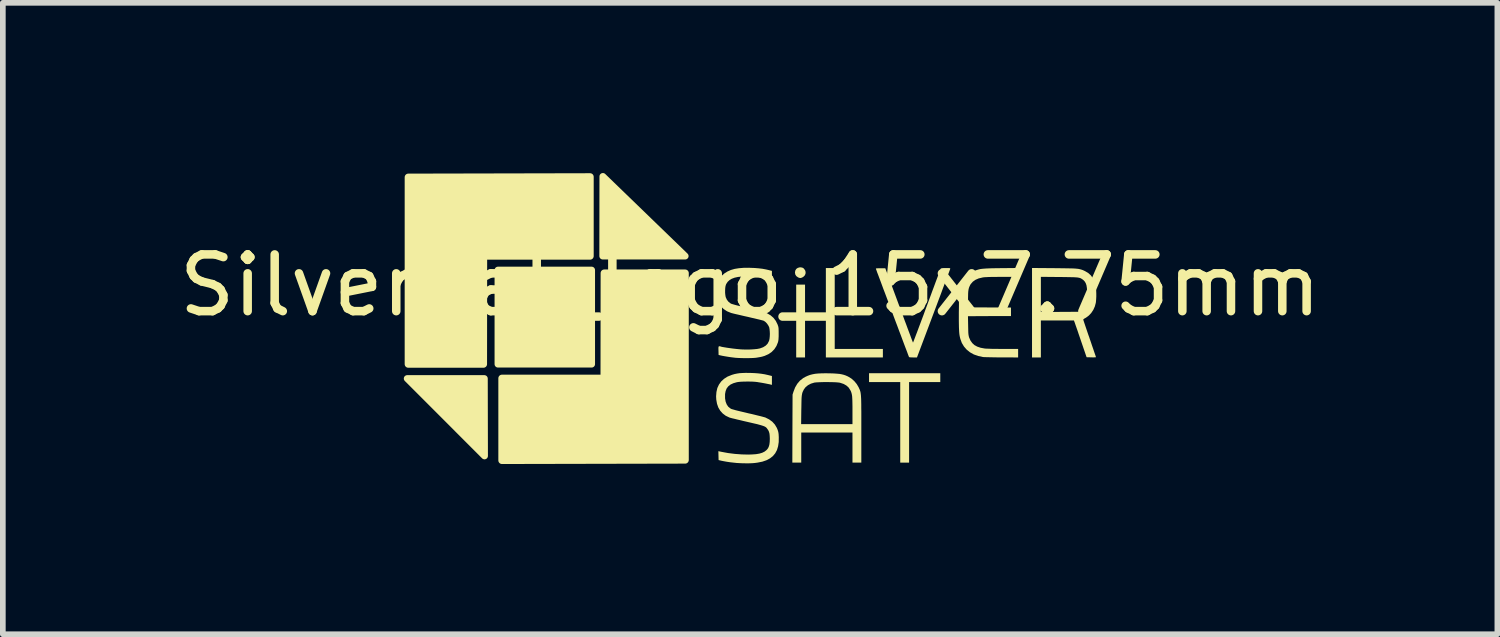
<source format=kicad_pcb>
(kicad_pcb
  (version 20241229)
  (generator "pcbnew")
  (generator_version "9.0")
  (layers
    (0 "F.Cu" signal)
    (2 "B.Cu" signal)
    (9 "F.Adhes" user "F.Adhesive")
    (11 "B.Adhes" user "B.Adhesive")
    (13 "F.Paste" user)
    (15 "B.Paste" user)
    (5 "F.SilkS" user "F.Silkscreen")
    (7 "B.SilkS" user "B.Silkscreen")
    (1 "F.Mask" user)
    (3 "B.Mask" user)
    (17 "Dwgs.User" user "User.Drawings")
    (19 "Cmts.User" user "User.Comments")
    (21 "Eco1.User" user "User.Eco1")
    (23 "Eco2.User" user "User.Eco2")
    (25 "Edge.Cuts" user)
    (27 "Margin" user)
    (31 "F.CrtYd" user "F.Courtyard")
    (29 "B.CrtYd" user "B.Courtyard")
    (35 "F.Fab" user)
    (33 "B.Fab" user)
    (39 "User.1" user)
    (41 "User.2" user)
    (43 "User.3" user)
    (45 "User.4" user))
  (footprint "SilverSat_logo_15x7.75mm"
    (layer "F.Cu")
    (at 10.173 2.48)
    (property "Reference" "SilverSat_logo_15x7.75mm" (at 0 -0.5 0) (unlocked yes) (layer "F.SilkS") (effects (font (size 1 1) (thickness 0.15))))
    (fp_rect (start -4.445 -0.769) (end -2.794 0.889) (stroke (width 0.12) (type solid)) (fill yes) (layer "F.SilkS"))
    (fp_poly (pts (xy -4.682 2.507) (xy -6.045 1.143) (xy -4.685 1.143)) (stroke (width 0.12) (type solid)) (fill yes) (layer "F.SilkS"))
    (fp_poly (pts (xy -2.596 -2.42) (xy -1.145 -1.016) (xy -2.598 -1.016)) (stroke (width 0.12) (type solid)) (fill yes) (layer "F.SilkS"))
    (fp_poly (pts (xy 0.968 0.771) (xy 0.812 0.771) (xy 0.812 -0.513) (xy 0.968 -0.513)) (stroke (width 0) (type solid)) (fill yes) (layer "F.SilkS"))
    (fp_poly (pts (xy -4.375 1.138) (xy -2.574 1.138) (xy -2.572 -0.716) (xy -1.145 -0.716) (xy -1.145 2.579) (xy -4.375 2.586)) (stroke (width 0.127) (type solid)) (fill yes) (layer "F.SilkS"))
    (fp_poly (pts (xy -2.821 -1.016) (xy -4.699 -1.016) (xy -4.701 0.889) (xy -6.026 0.889) (xy -6.026 -2.406) (xy -2.821 -2.413)) (stroke (width 0.127) (type solid)) (fill yes) (layer "F.SilkS"))
    (fp_poly (pts (xy 1.491 0.621) (xy 2.34 0.621) (xy 2.34 0.771) (xy 1.335 0.771) (xy 1.335 -0.805) (xy 1.491 -0.805)) (stroke (width 0) (type solid)) (fill yes) (layer "F.SilkS"))
    (fp_poly (pts (xy 3.352 1.205) (xy 2.802 1.205) (xy 2.802 2.625) (xy 2.646 2.625) (xy 2.646 1.205) (xy 2.096 1.205) (xy 2.096 1.049) (xy 3.352 1.049)) (stroke (width 0) (type solid)) (fill yes) (layer "F.SilkS"))
    (fp_poly (pts (xy 0.892 -0.817) (xy 0.918 -0.813) (xy 0.937 -0.804) (xy 0.948 -0.794) (xy 0.969 -0.766) (xy 0.978 -0.735) (xy 0.976 -0.704) (xy 0.963 -0.675) (xy 0.939 -0.651) (xy 0.917 -0.638) (xy 0.894 -0.63) (xy 0.875 -0.63) (xy 0.853 -0.637) (xy 0.843 -0.642) (xy 0.814 -0.663) (xy 0.796 -0.692) (xy 0.79 -0.727) (xy 0.79 -0.728) (xy 0.797 -0.763) (xy 0.814 -0.79) (xy 0.84 -0.808) (xy 0.873 -0.817)) (stroke (width 0) (type solid)) (fill yes) (layer "F.SilkS"))
    (fp_poly (pts (xy 1.407 1.051) (xy 1.473 1.053) (xy 1.528 1.057) (xy 1.575 1.061) (xy 1.614 1.068) (xy 1.65 1.077) (xy 1.683 1.088) (xy 1.717 1.103) (xy 1.729 1.109) (xy 1.785 1.143) (xy 1.836 1.188) (xy 1.879 1.24) (xy 1.911 1.294) (xy 1.919 1.311) (xy 1.926 1.327) (xy 1.933 1.341) (xy 1.938 1.357) (xy 1.943 1.373) (xy 1.947 1.391) (xy 1.95 1.413) (xy 1.953 1.438) (xy 1.955 1.469) (xy 1.957 1.505) (xy 1.958 1.548) (xy 1.959 1.598) (xy 1.959 1.657) (xy 1.96 1.726) (xy 1.96 1.805) (xy 1.96 1.896) (xy 1.96 1.999) (xy 1.96 2.037) (xy 1.96 2.625) (xy 1.804 2.625) (xy 1.804 2.095) (xy 0.901 2.095) (xy 0.901 2.625) (xy 0.744 2.625) (xy 0.746 1.946) (xy 0.899 1.946) (xy 1.804 1.946) (xy 1.804 1.706) (xy 1.804 1.635) (xy 1.803 1.576) (xy 1.802 1.527) (xy 1.8 1.487) (xy 1.798 1.455) (xy 1.794 1.428) (xy 1.789 1.406) (xy 1.783 1.386) (xy 1.776 1.367) (xy 1.766 1.348) (xy 1.737 1.302) (xy 1.697 1.266) (xy 1.648 1.238) (xy 1.588 1.218) (xy 1.575 1.215) (xy 1.55 1.212) (xy 1.515 1.209) (xy 1.47 1.207) (xy 1.42 1.206) (xy 1.367 1.205) (xy 1.313 1.205) (xy 1.261 1.206) (xy 1.213 1.208) (xy 1.173 1.21) (xy 1.142 1.213) (xy 1.13 1.215) (xy 1.071 1.233) (xy 1.02 1.26) (xy 0.978 1.294) (xy 0.947 1.335) (xy 0.942 1.346) (xy 0.933 1.364) (xy 0.925 1.381) (xy 0.919 1.399) (xy 0.915 1.418) (xy 0.911 1.441) (xy 0.908 1.469) (xy 0.906 1.503) (xy 0.905 1.546) (xy 0.904 1.598) (xy 0.903 1.662) (xy 0.902 1.696) (xy 0.899 1.946) (xy 0.746 1.946) (xy 0.748 1.426) (xy 0.764 1.375) (xy 0.793 1.3) (xy 0.831 1.235) (xy 0.878 1.18) (xy 0.935 1.135) (xy 0.976 1.112) (xy 1.016 1.094) (xy 1.056 1.079) (xy 1.099 1.068) (xy 1.146 1.059) (xy 1.199 1.054) (xy 1.26 1.051) (xy 1.332 1.05)) (stroke (width 0) (type solid)) (fill yes) (layer "F.SilkS"))
    (fp_poly (pts (xy 3.483 -0.805) (xy 3.506 -0.804) (xy 3.52 -0.803) (xy 3.526 -0.8) (xy 3.528 -0.796) (xy 3.526 -0.79) (xy 3.524 -0.781) (xy 3.516 -0.761) (xy 3.505 -0.73) (xy 3.489 -0.688) (xy 3.47 -0.637) (xy 3.448 -0.577) (xy 3.422 -0.51) (xy 3.394 -0.435) (xy 3.364 -0.353) (xy 3.331 -0.266) (xy 3.297 -0.175) (xy 3.261 -0.079) (xy 3.232 -0.002) (xy 2.941 0.771) (xy 2.873 0.771) (xy 2.841 0.77) (xy 2.82 0.769) (xy 2.808 0.767) (xy 2.801 0.763) (xy 2.799 0.759) (xy 2.793 0.744) (xy 2.783 0.718) (xy 2.77 0.682) (xy 2.753 0.637) (xy 2.732 0.583) (xy 2.709 0.522) (xy 2.684 0.455) (xy 2.657 0.382) (xy 2.627 0.304) (xy 2.597 0.223) (xy 2.565 0.139) (xy 2.533 0.054) (xy 2.501 -0.032) (xy 2.469 -0.118) (xy 2.437 -0.203) (xy 2.406 -0.286) (xy 2.376 -0.366) (xy 2.347 -0.441) (xy 2.321 -0.512) (xy 2.297 -0.577) (xy 2.275 -0.635) (xy 2.256 -0.686) (xy 2.24 -0.727) (xy 2.229 -0.759) (xy 2.221 -0.781) (xy 2.217 -0.791) (xy 2.217 -0.791) (xy 2.218 -0.796) (xy 2.224 -0.799) (xy 2.238 -0.8) (xy 2.261 -0.801) (xy 2.295 -0.801) (xy 2.299 -0.801) (xy 2.383 -0.801) (xy 2.625 -0.148) (xy 2.658 -0.058) (xy 2.691 0.028) (xy 2.721 0.111) (xy 2.75 0.187) (xy 2.776 0.258) (xy 2.8 0.322) (xy 2.821 0.377) (xy 2.838 0.424) (xy 2.852 0.462) (xy 2.863 0.489) (xy 2.869 0.505) (xy 2.871 0.509) (xy 2.874 0.503) (xy 2.881 0.486) (xy 2.892 0.457) (xy 2.907 0.418) (xy 2.925 0.37) (xy 2.947 0.313) (xy 2.971 0.248) (xy 2.998 0.177) (xy 3.027 0.099) (xy 3.058 0.017) (xy 3.09 -0.071) (xy 3.115 -0.138) (xy 3.148 -0.228) (xy 3.18 -0.314) (xy 3.21 -0.396) (xy 3.239 -0.473) (xy 3.265 -0.544) (xy 3.289 -0.608) (xy 3.31 -0.664) (xy 3.328 -0.711) (xy 3.342 -0.749) (xy 3.353 -0.776) (xy 3.359 -0.792) (xy 3.361 -0.796) (xy 3.37 -0.8) (xy 3.389 -0.803) (xy 3.42 -0.805) (xy 3.449 -0.805)) (stroke (width 0) (type solid)) (fill yes) (layer "F.SilkS"))
    (fp_poly (pts (xy 5.357 -0.803) (xy 5.446 -0.802) (xy 5.523 -0.801) (xy 5.588 -0.8) (xy 5.643 -0.799) (xy 5.689 -0.798) (xy 5.728 -0.796) (xy 5.761 -0.793) (xy 5.788 -0.79) (xy 5.811 -0.785) (xy 5.831 -0.78) (xy 5.85 -0.774) (xy 5.869 -0.767) (xy 5.888 -0.758) (xy 5.903 -0.751) (xy 5.959 -0.718) (xy 6.005 -0.677) (xy 6.042 -0.626) (xy 6.07 -0.566) (xy 6.089 -0.496) (xy 6.096 -0.456) (xy 6.1 -0.409) (xy 6.102 -0.356) (xy 6.102 -0.3) (xy 6.099 -0.247) (xy 6.095 -0.202) (xy 6.093 -0.19) (xy 6.076 -0.127) (xy 6.049 -0.067) (xy 6.013 -0.013) (xy 5.971 0.032) (xy 5.923 0.068) (xy 5.911 0.075) (xy 5.891 0.086) (xy 5.877 0.097) (xy 5.872 0.103) (xy 5.874 0.111) (xy 5.88 0.13) (xy 5.89 0.16) (xy 5.903 0.199) (xy 5.919 0.246) (xy 5.937 0.299) (xy 5.957 0.358) (xy 5.979 0.42) (xy 5.984 0.436) (xy 6.006 0.499) (xy 6.026 0.559) (xy 6.045 0.613) (xy 6.061 0.661) (xy 6.075 0.702) (xy 6.086 0.733) (xy 6.093 0.755) (xy 6.096 0.765) (xy 6.096 0.766) (xy 6.09 0.768) (xy 6.072 0.769) (xy 6.047 0.77) (xy 6.015 0.769) (xy 6.014 0.769) (xy 5.931 0.767) (xy 5.83 0.472) (xy 5.809 0.41) (xy 5.789 0.352) (xy 5.771 0.298) (xy 5.754 0.25) (xy 5.74 0.21) (xy 5.729 0.178) (xy 5.722 0.156) (xy 5.718 0.148) (xy 5.708 0.119) (xy 5.125 0.119) (xy 5.125 0.771) (xy 4.969 0.771) (xy 4.969 -0.65) (xy 5.125 -0.65) (xy 5.125 -0.03) (xy 5.459 -0.032) (xy 5.794 -0.034) (xy 5.829 -0.052) (xy 5.87 -0.082) (xy 5.903 -0.12) (xy 5.926 -0.169) (xy 5.928 -0.177) (xy 5.934 -0.197) (xy 5.938 -0.216) (xy 5.941 -0.237) (xy 5.942 -0.264) (xy 5.942 -0.299) (xy 5.942 -0.336) (xy 5.941 -0.402) (xy 5.936 -0.456) (xy 5.929 -0.5) (xy 5.917 -0.535) (xy 5.901 -0.564) (xy 5.881 -0.587) (xy 5.863 -0.602) (xy 5.85 -0.611) (xy 5.837 -0.619) (xy 5.824 -0.626) (xy 5.809 -0.631) (xy 5.791 -0.635) (xy 5.769 -0.639) (xy 5.741 -0.641) (xy 5.707 -0.643) (xy 5.664 -0.644) (xy 5.612 -0.645) (xy 5.549 -0.646) (xy 5.474 -0.647) (xy 5.446 -0.647) (xy 5.125 -0.65) (xy 4.969 -0.65) (xy 4.969 -0.806)) (stroke (width 0) (type solid)) (fill yes) (layer "F.SilkS"))
    (fp_poly (pts (xy 4.724 -0.649) (xy 4.44 -0.649) (xy 4.364 -0.649) (xy 4.301 -0.648) (xy 4.248 -0.648) (xy 4.205 -0.647) (xy 4.17 -0.645) (xy 4.142 -0.644) (xy 4.119 -0.642) (xy 4.099 -0.639) (xy 4.095 -0.638) (xy 4.028 -0.622) (xy 3.971 -0.597) (xy 3.925 -0.564) (xy 3.89 -0.524) (xy 3.88 -0.508) (xy 3.868 -0.483) (xy 3.858 -0.459) (xy 3.851 -0.432) (xy 3.846 -0.401) (xy 3.843 -0.364) (xy 3.842 -0.318) (xy 3.841 -0.26) (xy 3.841 -0.253) (xy 3.841 -0.112) (xy 4.598 -0.109) (xy 4.598 0.041) (xy 4.219 0.042) (xy 3.84 0.044) (xy 3.843 0.209) (xy 3.844 0.262) (xy 3.845 0.303) (xy 3.846 0.335) (xy 3.848 0.36) (xy 3.851 0.38) (xy 3.854 0.396) (xy 3.858 0.412) (xy 3.86 0.419) (xy 3.884 0.473) (xy 3.915 0.517) (xy 3.954 0.553) (xy 4.003 0.58) (xy 4.062 0.6) (xy 4.132 0.613) (xy 4.15 0.615) (xy 4.173 0.616) (xy 4.207 0.617) (xy 4.251 0.619) (xy 4.302 0.62) (xy 4.358 0.62) (xy 4.418 0.621) (xy 4.471 0.621) (xy 4.724 0.621) (xy 4.724 0.771) (xy 4.434 0.77) (xy 4.371 0.77) (xy 4.31 0.769) (xy 4.254 0.768) (xy 4.205 0.767) (xy 4.163 0.766) (xy 4.13 0.765) (xy 4.109 0.764) (xy 4.103 0.763) (xy 4.019 0.745) (xy 3.943 0.718) (xy 3.875 0.68) (xy 3.818 0.634) (xy 3.77 0.579) (xy 3.732 0.516) (xy 3.706 0.445) (xy 3.703 0.434) (xy 3.697 0.41) (xy 3.692 0.384) (xy 3.688 0.356) (xy 3.685 0.323) (xy 3.683 0.286) (xy 3.681 0.242) (xy 3.68 0.19) (xy 3.679 0.129) (xy 3.679 0.058) (xy 3.679 -0.025) (xy 3.68 -0.079) (xy 3.681 -0.156) (xy 3.681 -0.22) (xy 3.682 -0.273) (xy 3.683 -0.317) (xy 3.683 -0.352) (xy 3.685 -0.381) (xy 3.686 -0.403) (xy 3.688 -0.421) (xy 3.69 -0.436) (xy 3.692 -0.449) (xy 3.696 -0.461) (xy 3.697 -0.466) (xy 3.724 -0.541) (xy 3.76 -0.606) (xy 3.807 -0.662) (xy 3.863 -0.708) (xy 3.929 -0.745) (xy 3.957 -0.757) (xy 3.982 -0.766) (xy 4.007 -0.774) (xy 4.031 -0.781) (xy 4.058 -0.787) (xy 4.087 -0.791) (xy 4.121 -0.794) (xy 4.162 -0.797) (xy 4.209 -0.799) (xy 4.266 -0.801) (xy 4.333 -0.802) (xy 4.412 -0.803) (xy 4.427 -0.803) (xy 4.724 -0.806)) (stroke (width 0) (type solid)) (fill yes) (layer "F.SilkS"))
    (fp_poly (pts (xy -0.008 1.044) (xy 0.005 1.044) (xy 0.079 1.047) (xy 0.144 1.052) (xy 0.202 1.059) (xy 0.258 1.068) (xy 0.315 1.081) (xy 0.328 1.084) (xy 0.384 1.098) (xy 0.384 1.254) (xy 0.366 1.25) (xy 0.343 1.244) (xy 0.311 1.238) (xy 0.272 1.23) (xy 0.23 1.222) (xy 0.189 1.215) (xy 0.151 1.209) (xy 0.123 1.204) (xy 0.084 1.2) (xy 0.038 1.197) (xy -0.013 1.196) (xy -0.066 1.196) (xy -0.118 1.197) (xy -0.165 1.199) (xy -0.205 1.203) (xy -0.232 1.207) (xy -0.295 1.225) (xy -0.346 1.249) (xy -0.385 1.28) (xy -0.414 1.318) (xy -0.432 1.363) (xy -0.442 1.417) (xy -0.442 1.426) (xy -0.442 1.492) (xy -0.432 1.55) (xy -0.413 1.599) (xy -0.386 1.639) (xy -0.349 1.669) (xy -0.329 1.68) (xy -0.315 1.684) (xy -0.29 1.691) (xy -0.256 1.701) (xy -0.212 1.712) (xy -0.162 1.724) (xy -0.107 1.737) (xy -0.048 1.751) (xy -0.033 1.755) (xy 0.027 1.768) (xy 0.084 1.782) (xy 0.136 1.795) (xy 0.182 1.806) (xy 0.22 1.816) (xy 0.249 1.824) (xy 0.267 1.829) (xy 0.269 1.83) (xy 0.335 1.863) (xy 0.391 1.904) (xy 0.436 1.954) (xy 0.471 2.013) (xy 0.484 2.045) (xy 0.492 2.069) (xy 0.498 2.094) (xy 0.502 2.123) (xy 0.504 2.159) (xy 0.505 2.177) (xy 0.504 2.262) (xy 0.493 2.337) (xy 0.473 2.403) (xy 0.442 2.461) (xy 0.401 2.51) (xy 0.35 2.55) (xy 0.288 2.583) (xy 0.215 2.608) (xy 0.13 2.625) (xy 0.084 2.631) (xy 0.038 2.635) (xy -0.018 2.637) (xy -0.079 2.637) (xy -0.142 2.636) (xy -0.202 2.633) (xy -0.237 2.631) (xy -0.294 2.625) (xy -0.355 2.618) (xy -0.415 2.609) (xy -0.47 2.599) (xy -0.505 2.592) (xy -0.556 2.58) (xy -0.558 2.502) (xy -0.56 2.423) (xy -0.504 2.435) (xy -0.39 2.456) (xy -0.271 2.471) (xy -0.15 2.48) (xy -0.034 2.483) (xy 0.031 2.481) (xy 0.103 2.476) (xy 0.163 2.466) (xy 0.213 2.451) (xy 0.254 2.431) (xy 0.286 2.406) (xy 0.299 2.393) (xy 0.318 2.367) (xy 0.331 2.337) (xy 0.34 2.303) (xy 0.345 2.26) (xy 0.347 2.206) (xy 0.347 2.204) (xy 0.345 2.154) (xy 0.341 2.114) (xy 0.332 2.081) (xy 0.319 2.053) (xy 0.3 2.026) (xy 0.291 2.014) (xy 0.281 2.004) (xy 0.268 1.995) (xy 0.251 1.986) (xy 0.23 1.978) (xy 0.203 1.969) (xy 0.168 1.959) (xy 0.125 1.947) (xy 0.072 1.935) (xy 0.008 1.92) (xy -0.057 1.905) (xy -0.118 1.891) (xy -0.175 1.877) (xy -0.228 1.865) (xy -0.275 1.853) (xy -0.315 1.844) (xy -0.344 1.836) (xy -0.363 1.831) (xy -0.367 1.829) (xy -0.43 1.799) (xy -0.483 1.759) (xy -0.527 1.71) (xy -0.561 1.653) (xy -0.584 1.587) (xy -0.597 1.513) (xy -0.6 1.457) (xy -0.594 1.38) (xy -0.578 1.31) (xy -0.549 1.248) (xy -0.51 1.194) (xy -0.46 1.148) (xy -0.399 1.109) (xy -0.327 1.08) (xy -0.319 1.077) (xy -0.275 1.064) (xy -0.231 1.055) (xy -0.185 1.048) (xy -0.135 1.045) (xy -0.077 1.043)) (stroke (width 0) (type solid)) (fill yes) (layer "F.SilkS"))
    (fp_poly (pts (xy -0.003 -0.809) (xy 0.079 -0.806) (xy 0.151 -0.8) (xy 0.218 -0.792) (xy 0.282 -0.78) (xy 0.325 -0.77) (xy 0.384 -0.755) (xy 0.384 -0.678) (xy 0.384 -0.648) (xy 0.383 -0.623) (xy 0.381 -0.606) (xy 0.379 -0.601) (xy 0.371 -0.603) (xy 0.352 -0.606) (xy 0.326 -0.612) (xy 0.296 -0.618) (xy 0.213 -0.634) (xy 0.138 -0.646) (xy 0.067 -0.653) (xy -0.005 -0.657) (xy -0.06 -0.658) (xy -0.143 -0.655) (xy -0.214 -0.648) (xy -0.274 -0.635) (xy -0.324 -0.616) (xy -0.364 -0.592) (xy -0.397 -0.561) (xy -0.421 -0.524) (xy -0.426 -0.513) (xy -0.434 -0.487) (xy -0.439 -0.452) (xy -0.441 -0.411) (xy -0.441 -0.369) (xy -0.437 -0.328) (xy -0.431 -0.294) (xy -0.429 -0.289) (xy -0.41 -0.247) (xy -0.381 -0.21) (xy -0.345 -0.182) (xy -0.336 -0.177) (xy -0.322 -0.172) (xy -0.295 -0.164) (xy -0.257 -0.153) (xy -0.209 -0.141) (xy -0.153 -0.127) (xy -0.089 -0.112) (xy -0.033 -0.099) (xy 0.036 -0.083) (xy 0.094 -0.069) (xy 0.141 -0.058) (xy 0.18 -0.048) (xy 0.211 -0.04) (xy 0.236 -0.032) (xy 0.257 -0.025) (xy 0.276 -0.018) (xy 0.293 -0.01) (xy 0.3 -0.007) (xy 0.361 0.029) (xy 0.412 0.073) (xy 0.452 0.126) (xy 0.483 0.188) (xy 0.487 0.2) (xy 0.494 0.219) (xy 0.498 0.236) (xy 0.501 0.256) (xy 0.502 0.281) (xy 0.503 0.314) (xy 0.503 0.353) (xy 0.503 0.399) (xy 0.501 0.435) (xy 0.499 0.462) (xy 0.495 0.485) (xy 0.491 0.502) (xy 0.464 0.569) (xy 0.427 0.626) (xy 0.38 0.674) (xy 0.323 0.713) (xy 0.256 0.743) (xy 0.21 0.757) (xy 0.177 0.764) (xy 0.137 0.771) (xy 0.1 0.777) (xy 0.096 0.777) (xy 0.059 0.78) (xy 0.013 0.782) (xy -0.041 0.783) (xy -0.098 0.783) (xy -0.154 0.782) (xy -0.208 0.78) (xy -0.254 0.777) (xy -0.257 0.777) (xy -0.298 0.772) (xy -0.346 0.766) (xy -0.397 0.758) (xy -0.446 0.75) (xy -0.49 0.742) (xy -0.522 0.735) (xy -0.556 0.727) (xy -0.558 0.65) (xy -0.559 0.615) (xy -0.558 0.592) (xy -0.555 0.579) (xy -0.548 0.574) (xy -0.535 0.574) (xy -0.516 0.579) (xy -0.512 0.581) (xy -0.489 0.586) (xy -0.454 0.592) (xy -0.412 0.599) (xy -0.364 0.606) (xy -0.313 0.613) (xy -0.262 0.619) (xy -0.213 0.624) (xy -0.17 0.628) (xy -0.163 0.629) (xy -0.104 0.631) (xy -0.042 0.632) (xy 0.019 0.63) (xy 0.076 0.626) (xy 0.126 0.621) (xy 0.166 0.613) (xy 0.172 0.612) (xy 0.229 0.591) (xy 0.274 0.563) (xy 0.308 0.528) (xy 0.331 0.484) (xy 0.335 0.474) (xy 0.342 0.441) (xy 0.346 0.401) (xy 0.348 0.356) (xy 0.346 0.311) (xy 0.342 0.271) (xy 0.336 0.239) (xy 0.335 0.236) (xy 0.319 0.205) (xy 0.297 0.173) (xy 0.271 0.146) (xy 0.244 0.127) (xy 0.236 0.123) (xy 0.223 0.119) (xy 0.199 0.113) (xy 0.165 0.104) (xy 0.122 0.094) (xy 0.073 0.082) (xy 0.019 0.07) (xy -0.039 0.056) (xy -0.048 0.054) (xy -0.107 0.041) (xy -0.162 0.028) (xy -0.213 0.016) (xy -0.258 0.006) (xy -0.295 -0.003) (xy -0.322 -0.01) (xy -0.338 -0.014) (xy -0.339 -0.015) (xy -0.407 -0.043) (xy -0.465 -0.081) (xy -0.514 -0.127) (xy -0.552 -0.183) (xy -0.579 -0.246) (xy -0.59 -0.287) (xy -0.597 -0.329) (xy -0.6 -0.378) (xy -0.599 -0.428) (xy -0.595 -0.474) (xy -0.59 -0.504) (xy -0.568 -0.569) (xy -0.534 -0.628) (xy -0.496 -0.673) (xy -0.45 -0.713) (xy -0.398 -0.745) (xy -0.339 -0.771) (xy -0.273 -0.79) (xy -0.198 -0.802) (xy -0.113 -0.809) (xy -0.017 -0.81)) (stroke (width 0) (type solid)) (fill yes) (layer "F.SilkS")))
  (gr_rect
    (start -3 -3)
    (end 23.345 8.13)
    (stroke (width 0.1) (type default))
    (fill no)
    (layer "Edge.Cuts")))
</source>
